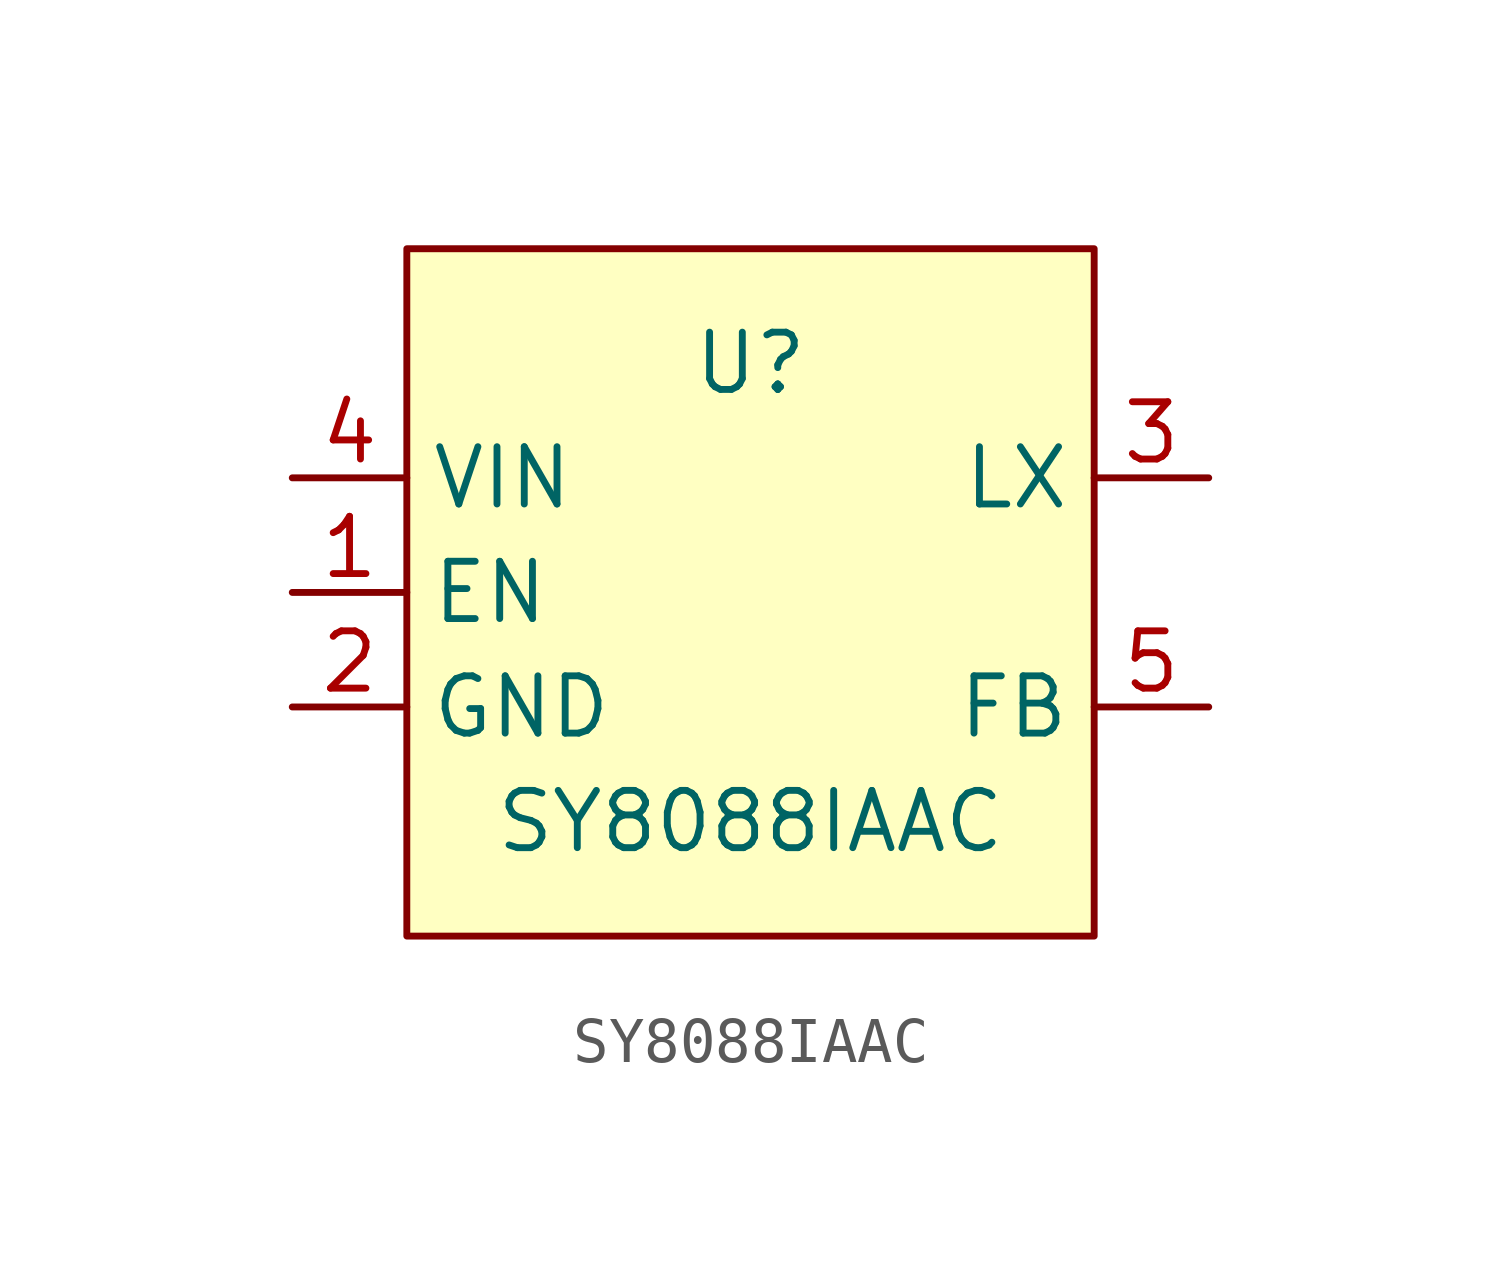
<source format=kicad_sym>
(kicad_symbol_lib
  (version 20220914)
  (generator kicad_symbol_editor)
  (symbol "SY8088IAAC"
    (property "Reference" "U"
      (at 0 5.08 0)
      (effects (font (size 1.27 1.27))))
    (property "Value" "SY8088IAAC"
      (at 0 -5.08 0)
      (effects (font (size 1.27 1.27))))
    (symbol "SY8088IAAC_1_1"
      (rectangle (start -7.62 7.62) (end 7.62 -7.62) (stroke (width 0) (type default)) (fill (type background)))
      (pin input line (at -10.16 0 0) (length 2.54) (name "EN" (effects (font (size 1.27 1.27)))) (number "1" (effects (font (size 1.27 1.27)))))
      (pin power_in line (at -10.16 -2.54 0) (length 2.54) (name "GND" (effects (font (size 1.27 1.27)))) (number "2" (effects (font (size 1.27 1.27)))))
      (pin power_out line (at 10.16 2.54 180) (length 2.54) (name "LX" (effects (font (size 1.27 1.27)))) (number "3" (effects (font (size 1.27 1.27)))))
      (pin power_in line (at -10.16 2.54 0) (length 2.54) (name "VIN" (effects (font (size 1.27 1.27)))) (number "4" (effects (font (size 1.27 1.27)))))
      (pin input line (at 10.16 -2.54 180) (length 2.54) (name "FB" (effects (font (size 1.27 1.27)))) (number "5" (effects (font (size 1.27 1.27))))))))
</source>
